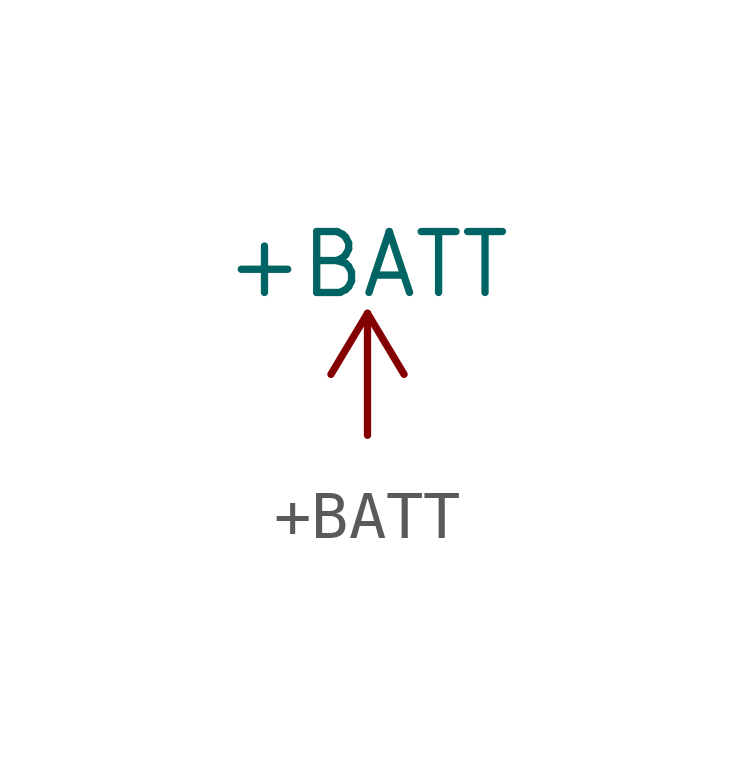
<source format=kicad_sym>
(kicad_symbol_lib
  (version 20211014)
  (generator kicad_symbol_editor)
  (symbol "+BATT"
    (power)
    (pin_names
      (offset 0))
    (property "Reference" "#PWR"
      (at 0 -3.81 0)
      (effects (font (size 1.27 1.27)) hide))
    (property "Value" "+BATT"
      (at 0 3.556 0)
      (effects (font (size 1.27 1.27))))
    (symbol "+BATT_0_1"
      (polyline (pts (xy -0.762 1.27) (xy 0 2.54)) (stroke (width 0) (type default) (color 0 0 0 0)) (fill (type none)))
      (polyline (pts (xy 0 0) (xy 0 2.54)) (stroke (width 0) (type default) (color 0 0 0 0)) (fill (type none)))
      (polyline (pts (xy 0 2.54) (xy 0.762 1.27)) (stroke (width 0) (type default) (color 0 0 0 0)) (fill (type none))))
    (symbol "+BATT_1_1"
      (pin power_in line (at 0 0 90) (length 0) hide (name "+BATT" (effects (font (size 1.27 1.27)))) (number "1" (effects (font (size 1.27 1.27))))))))
</source>
